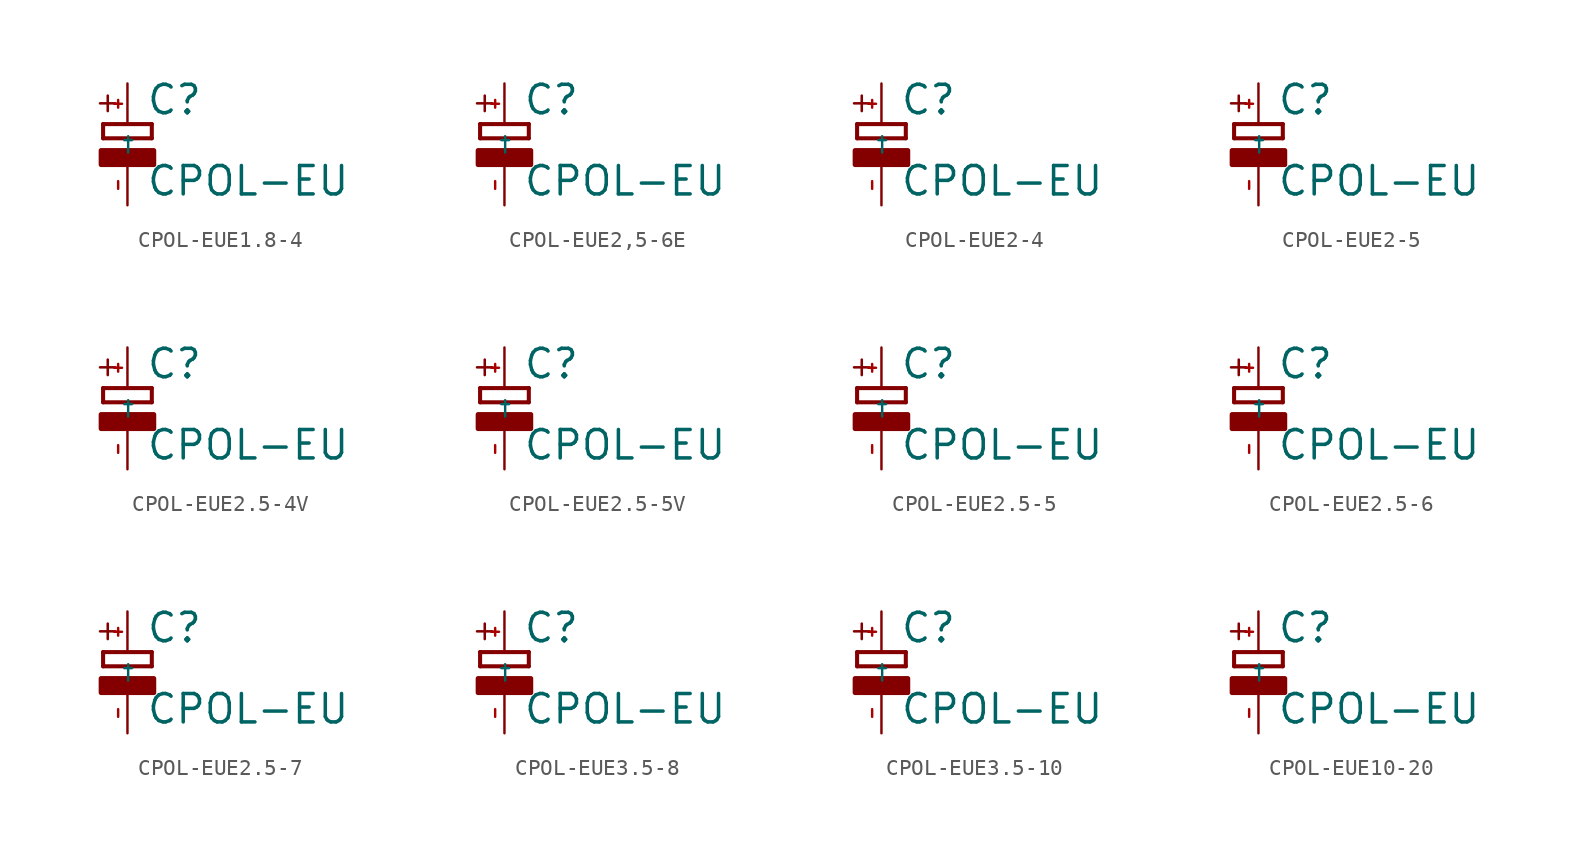
<source format=kicad_sym>
(kicad_symbol_lib
  (version 20220914)
  (generator Eagle2Kicad)
  (symbol "CPOL-EUE1.8-4"
    (property "Reference" "C"
      (at 1.143 0.483 0)
      (effects (font (size 1.778 1.778) (thickness 0.22)) (justify left bottom)))
    (property "Value" "CPOL-EU"
      (at 1.143 -4.597 0)
      (effects (font (size 1.778 1.778) (thickness 0.22)) (justify left bottom)))
    (polyline
      (pts (xy -1.524 -0.889) (xy 1.524 -0.889))
      (stroke (width 0.254) (type default))
      (fill (type none)))
    (polyline
      (pts (xy 1.524 -0.889) (xy 1.524 0))
      (stroke (width 0.254) (type default))
      (fill (type none)))
    (polyline
      (pts (xy -1.524 0) (xy -1.524 -0.889))
      (stroke (width 0.254) (type default))
      (fill (type none)))
    (polyline
      (pts (xy -1.524 0) (xy 1.524 0))
      (stroke (width 0.254) (type default))
      (fill (type none)))
    (text "+"
      (at -0.584 0.406 900)
      (effects (font (size 1.27 1.27) (thickness 0.16)) (justify left bottom)))
    (rectangle
      (start -1.651 -2.54)
      (end 1.651 -1.651)
      (stroke (width 0.3) (type default))
      (fill (type outline)))
    (pin passive line
      (at 0 -5.08 90)
      (length 2.54)
      (name "-" (effects (font (size 0.635 0.635) (thickness 0.08)) (justify left bottom)))
      (number "-" (effects (font (size 0.635 0.635) (thickness 0.08)) (justify left bottom))))
    (pin passive line
      (at 0 2.54 270)
      (length 2.54)
      (name "+" (effects (font (size 0.635 0.635) (thickness 0.08)) (justify left bottom)))
      (number "+" (effects (font (size 0.635 0.635) (thickness 0.08)) (justify left bottom)))))
  (symbol "CPOL-EUE2,5-6E"
    (property "Reference" "C"
      (at 1.143 0.483 0)
      (effects (font (size 1.778 1.778) (thickness 0.22)) (justify left bottom)))
    (property "Value" "CPOL-EU"
      (at 1.143 -4.597 0)
      (effects (font (size 1.778 1.778) (thickness 0.22)) (justify left bottom)))
    (polyline
      (pts (xy -1.524 -0.889) (xy 1.524 -0.889))
      (stroke (width 0.254) (type default))
      (fill (type none)))
    (polyline
      (pts (xy 1.524 -0.889) (xy 1.524 0))
      (stroke (width 0.254) (type default))
      (fill (type none)))
    (polyline
      (pts (xy -1.524 0) (xy -1.524 -0.889))
      (stroke (width 0.254) (type default))
      (fill (type none)))
    (polyline
      (pts (xy -1.524 0) (xy 1.524 0))
      (stroke (width 0.254) (type default))
      (fill (type none)))
    (text "+"
      (at -0.584 0.406 900)
      (effects (font (size 1.27 1.27) (thickness 0.16)) (justify left bottom)))
    (rectangle
      (start -1.651 -2.54)
      (end 1.651 -1.651)
      (stroke (width 0.3) (type default))
      (fill (type outline)))
    (pin passive line
      (at 0 -5.08 90)
      (length 2.54)
      (name "-" (effects (font (size 0.635 0.635) (thickness 0.08)) (justify left bottom)))
      (number "-" (effects (font (size 0.635 0.635) (thickness 0.08)) (justify left bottom))))
    (pin passive line
      (at 0 2.54 270)
      (length 2.54)
      (name "+" (effects (font (size 0.635 0.635) (thickness 0.08)) (justify left bottom)))
      (number "+" (effects (font (size 0.635 0.635) (thickness 0.08)) (justify left bottom)))))
  (symbol "CPOL-EUE2-4"
    (property "Reference" "C"
      (at 1.143 0.483 0)
      (effects (font (size 1.778 1.778) (thickness 0.22)) (justify left bottom)))
    (property "Value" "CPOL-EU"
      (at 1.143 -4.597 0)
      (effects (font (size 1.778 1.778) (thickness 0.22)) (justify left bottom)))
    (polyline
      (pts (xy -1.524 -0.889) (xy 1.524 -0.889))
      (stroke (width 0.254) (type default))
      (fill (type none)))
    (polyline
      (pts (xy 1.524 -0.889) (xy 1.524 0))
      (stroke (width 0.254) (type default))
      (fill (type none)))
    (polyline
      (pts (xy -1.524 0) (xy -1.524 -0.889))
      (stroke (width 0.254) (type default))
      (fill (type none)))
    (polyline
      (pts (xy -1.524 0) (xy 1.524 0))
      (stroke (width 0.254) (type default))
      (fill (type none)))
    (text "+"
      (at -0.584 0.406 900)
      (effects (font (size 1.27 1.27) (thickness 0.16)) (justify left bottom)))
    (rectangle
      (start -1.651 -2.54)
      (end 1.651 -1.651)
      (stroke (width 0.3) (type default))
      (fill (type outline)))
    (pin passive line
      (at 0 -5.08 90)
      (length 2.54)
      (name "-" (effects (font (size 0.635 0.635) (thickness 0.08)) (justify left bottom)))
      (number "-" (effects (font (size 0.635 0.635) (thickness 0.08)) (justify left bottom))))
    (pin passive line
      (at 0 2.54 270)
      (length 2.54)
      (name "+" (effects (font (size 0.635 0.635) (thickness 0.08)) (justify left bottom)))
      (number "+" (effects (font (size 0.635 0.635) (thickness 0.08)) (justify left bottom)))))
  (symbol "CPOL-EUE2-5"
    (property "Reference" "C"
      (at 1.143 0.483 0)
      (effects (font (size 1.778 1.778) (thickness 0.22)) (justify left bottom)))
    (property "Value" "CPOL-EU"
      (at 1.143 -4.597 0)
      (effects (font (size 1.778 1.778) (thickness 0.22)) (justify left bottom)))
    (polyline
      (pts (xy -1.524 -0.889) (xy 1.524 -0.889))
      (stroke (width 0.254) (type default))
      (fill (type none)))
    (polyline
      (pts (xy 1.524 -0.889) (xy 1.524 0))
      (stroke (width 0.254) (type default))
      (fill (type none)))
    (polyline
      (pts (xy -1.524 0) (xy -1.524 -0.889))
      (stroke (width 0.254) (type default))
      (fill (type none)))
    (polyline
      (pts (xy -1.524 0) (xy 1.524 0))
      (stroke (width 0.254) (type default))
      (fill (type none)))
    (text "+"
      (at -0.584 0.406 900)
      (effects (font (size 1.27 1.27) (thickness 0.16)) (justify left bottom)))
    (rectangle
      (start -1.651 -2.54)
      (end 1.651 -1.651)
      (stroke (width 0.3) (type default))
      (fill (type outline)))
    (pin passive line
      (at 0 -5.08 90)
      (length 2.54)
      (name "-" (effects (font (size 0.635 0.635) (thickness 0.08)) (justify left bottom)))
      (number "-" (effects (font (size 0.635 0.635) (thickness 0.08)) (justify left bottom))))
    (pin passive line
      (at 0 2.54 270)
      (length 2.54)
      (name "+" (effects (font (size 0.635 0.635) (thickness 0.08)) (justify left bottom)))
      (number "+" (effects (font (size 0.635 0.635) (thickness 0.08)) (justify left bottom)))))
  (symbol "CPOL-EUE2.5-4V"
    (property "Reference" "C"
      (at 1.143 0.483 0)
      (effects (font (size 1.778 1.778) (thickness 0.22)) (justify left bottom)))
    (property "Value" "CPOL-EU"
      (at 1.143 -4.597 0)
      (effects (font (size 1.778 1.778) (thickness 0.22)) (justify left bottom)))
    (polyline
      (pts (xy -1.524 -0.889) (xy 1.524 -0.889))
      (stroke (width 0.254) (type default))
      (fill (type none)))
    (polyline
      (pts (xy 1.524 -0.889) (xy 1.524 0))
      (stroke (width 0.254) (type default))
      (fill (type none)))
    (polyline
      (pts (xy -1.524 0) (xy -1.524 -0.889))
      (stroke (width 0.254) (type default))
      (fill (type none)))
    (polyline
      (pts (xy -1.524 0) (xy 1.524 0))
      (stroke (width 0.254) (type default))
      (fill (type none)))
    (text "+"
      (at -0.584 0.406 900)
      (effects (font (size 1.27 1.27) (thickness 0.16)) (justify left bottom)))
    (rectangle
      (start -1.651 -2.54)
      (end 1.651 -1.651)
      (stroke (width 0.3) (type default))
      (fill (type outline)))
    (pin passive line
      (at 0 -5.08 90)
      (length 2.54)
      (name "-" (effects (font (size 0.635 0.635) (thickness 0.08)) (justify left bottom)))
      (number "-" (effects (font (size 0.635 0.635) (thickness 0.08)) (justify left bottom))))
    (pin passive line
      (at 0 2.54 270)
      (length 2.54)
      (name "+" (effects (font (size 0.635 0.635) (thickness 0.08)) (justify left bottom)))
      (number "+" (effects (font (size 0.635 0.635) (thickness 0.08)) (justify left bottom)))))
  (symbol "CPOL-EUE2.5-5V"
    (property "Reference" "C"
      (at 1.143 0.483 0)
      (effects (font (size 1.778 1.778) (thickness 0.22)) (justify left bottom)))
    (property "Value" "CPOL-EU"
      (at 1.143 -4.597 0)
      (effects (font (size 1.778 1.778) (thickness 0.22)) (justify left bottom)))
    (polyline
      (pts (xy -1.524 -0.889) (xy 1.524 -0.889))
      (stroke (width 0.254) (type default))
      (fill (type none)))
    (polyline
      (pts (xy 1.524 -0.889) (xy 1.524 0))
      (stroke (width 0.254) (type default))
      (fill (type none)))
    (polyline
      (pts (xy -1.524 0) (xy -1.524 -0.889))
      (stroke (width 0.254) (type default))
      (fill (type none)))
    (polyline
      (pts (xy -1.524 0) (xy 1.524 0))
      (stroke (width 0.254) (type default))
      (fill (type none)))
    (text "+"
      (at -0.584 0.406 900)
      (effects (font (size 1.27 1.27) (thickness 0.16)) (justify left bottom)))
    (rectangle
      (start -1.651 -2.54)
      (end 1.651 -1.651)
      (stroke (width 0.3) (type default))
      (fill (type outline)))
    (pin passive line
      (at 0 -5.08 90)
      (length 2.54)
      (name "-" (effects (font (size 0.635 0.635) (thickness 0.08)) (justify left bottom)))
      (number "-" (effects (font (size 0.635 0.635) (thickness 0.08)) (justify left bottom))))
    (pin passive line
      (at 0 2.54 270)
      (length 2.54)
      (name "+" (effects (font (size 0.635 0.635) (thickness 0.08)) (justify left bottom)))
      (number "+" (effects (font (size 0.635 0.635) (thickness 0.08)) (justify left bottom)))))
  (symbol "CPOL-EUE2.5-5"
    (property "Reference" "C"
      (at 1.143 0.483 0)
      (effects (font (size 1.778 1.778) (thickness 0.22)) (justify left bottom)))
    (property "Value" "CPOL-EU"
      (at 1.143 -4.597 0)
      (effects (font (size 1.778 1.778) (thickness 0.22)) (justify left bottom)))
    (polyline
      (pts (xy -1.524 -0.889) (xy 1.524 -0.889))
      (stroke (width 0.254) (type default))
      (fill (type none)))
    (polyline
      (pts (xy 1.524 -0.889) (xy 1.524 0))
      (stroke (width 0.254) (type default))
      (fill (type none)))
    (polyline
      (pts (xy -1.524 0) (xy -1.524 -0.889))
      (stroke (width 0.254) (type default))
      (fill (type none)))
    (polyline
      (pts (xy -1.524 0) (xy 1.524 0))
      (stroke (width 0.254) (type default))
      (fill (type none)))
    (text "+"
      (at -0.584 0.406 900)
      (effects (font (size 1.27 1.27) (thickness 0.16)) (justify left bottom)))
    (rectangle
      (start -1.651 -2.54)
      (end 1.651 -1.651)
      (stroke (width 0.3) (type default))
      (fill (type outline)))
    (pin passive line
      (at 0 -5.08 90)
      (length 2.54)
      (name "-" (effects (font (size 0.635 0.635) (thickness 0.08)) (justify left bottom)))
      (number "-" (effects (font (size 0.635 0.635) (thickness 0.08)) (justify left bottom))))
    (pin passive line
      (at 0 2.54 270)
      (length 2.54)
      (name "+" (effects (font (size 0.635 0.635) (thickness 0.08)) (justify left bottom)))
      (number "+" (effects (font (size 0.635 0.635) (thickness 0.08)) (justify left bottom)))))
  (symbol "CPOL-EUE2.5-6"
    (property "Reference" "C"
      (at 1.143 0.483 0)
      (effects (font (size 1.778 1.778) (thickness 0.22)) (justify left bottom)))
    (property "Value" "CPOL-EU"
      (at 1.143 -4.597 0)
      (effects (font (size 1.778 1.778) (thickness 0.22)) (justify left bottom)))
    (polyline
      (pts (xy -1.524 -0.889) (xy 1.524 -0.889))
      (stroke (width 0.254) (type default))
      (fill (type none)))
    (polyline
      (pts (xy 1.524 -0.889) (xy 1.524 0))
      (stroke (width 0.254) (type default))
      (fill (type none)))
    (polyline
      (pts (xy -1.524 0) (xy -1.524 -0.889))
      (stroke (width 0.254) (type default))
      (fill (type none)))
    (polyline
      (pts (xy -1.524 0) (xy 1.524 0))
      (stroke (width 0.254) (type default))
      (fill (type none)))
    (text "+"
      (at -0.584 0.406 900)
      (effects (font (size 1.27 1.27) (thickness 0.16)) (justify left bottom)))
    (rectangle
      (start -1.651 -2.54)
      (end 1.651 -1.651)
      (stroke (width 0.3) (type default))
      (fill (type outline)))
    (pin passive line
      (at 0 -5.08 90)
      (length 2.54)
      (name "-" (effects (font (size 0.635 0.635) (thickness 0.08)) (justify left bottom)))
      (number "-" (effects (font (size 0.635 0.635) (thickness 0.08)) (justify left bottom))))
    (pin passive line
      (at 0 2.54 270)
      (length 2.54)
      (name "+" (effects (font (size 0.635 0.635) (thickness 0.08)) (justify left bottom)))
      (number "+" (effects (font (size 0.635 0.635) (thickness 0.08)) (justify left bottom)))))
  (symbol "CPOL-EUE2.5-7"
    (property "Reference" "C"
      (at 1.143 0.483 0)
      (effects (font (size 1.778 1.778) (thickness 0.22)) (justify left bottom)))
    (property "Value" "CPOL-EU"
      (at 1.143 -4.597 0)
      (effects (font (size 1.778 1.778) (thickness 0.22)) (justify left bottom)))
    (polyline
      (pts (xy -1.524 -0.889) (xy 1.524 -0.889))
      (stroke (width 0.254) (type default))
      (fill (type none)))
    (polyline
      (pts (xy 1.524 -0.889) (xy 1.524 0))
      (stroke (width 0.254) (type default))
      (fill (type none)))
    (polyline
      (pts (xy -1.524 0) (xy -1.524 -0.889))
      (stroke (width 0.254) (type default))
      (fill (type none)))
    (polyline
      (pts (xy -1.524 0) (xy 1.524 0))
      (stroke (width 0.254) (type default))
      (fill (type none)))
    (text "+"
      (at -0.584 0.406 900)
      (effects (font (size 1.27 1.27) (thickness 0.16)) (justify left bottom)))
    (rectangle
      (start -1.651 -2.54)
      (end 1.651 -1.651)
      (stroke (width 0.3) (type default))
      (fill (type outline)))
    (pin passive line
      (at 0 -5.08 90)
      (length 2.54)
      (name "-" (effects (font (size 0.635 0.635) (thickness 0.08)) (justify left bottom)))
      (number "-" (effects (font (size 0.635 0.635) (thickness 0.08)) (justify left bottom))))
    (pin passive line
      (at 0 2.54 270)
      (length 2.54)
      (name "+" (effects (font (size 0.635 0.635) (thickness 0.08)) (justify left bottom)))
      (number "+" (effects (font (size 0.635 0.635) (thickness 0.08)) (justify left bottom)))))
  (symbol "CPOL-EUE3.5-8"
    (property "Reference" "C"
      (at 1.143 0.483 0)
      (effects (font (size 1.778 1.778) (thickness 0.22)) (justify left bottom)))
    (property "Value" "CPOL-EU"
      (at 1.143 -4.597 0)
      (effects (font (size 1.778 1.778) (thickness 0.22)) (justify left bottom)))
    (polyline
      (pts (xy -1.524 -0.889) (xy 1.524 -0.889))
      (stroke (width 0.254) (type default))
      (fill (type none)))
    (polyline
      (pts (xy 1.524 -0.889) (xy 1.524 0))
      (stroke (width 0.254) (type default))
      (fill (type none)))
    (polyline
      (pts (xy -1.524 0) (xy -1.524 -0.889))
      (stroke (width 0.254) (type default))
      (fill (type none)))
    (polyline
      (pts (xy -1.524 0) (xy 1.524 0))
      (stroke (width 0.254) (type default))
      (fill (type none)))
    (text "+"
      (at -0.584 0.406 900)
      (effects (font (size 1.27 1.27) (thickness 0.16)) (justify left bottom)))
    (rectangle
      (start -1.651 -2.54)
      (end 1.651 -1.651)
      (stroke (width 0.3) (type default))
      (fill (type outline)))
    (pin passive line
      (at 0 -5.08 90)
      (length 2.54)
      (name "-" (effects (font (size 0.635 0.635) (thickness 0.08)) (justify left bottom)))
      (number "-" (effects (font (size 0.635 0.635) (thickness 0.08)) (justify left bottom))))
    (pin passive line
      (at 0 2.54 270)
      (length 2.54)
      (name "+" (effects (font (size 0.635 0.635) (thickness 0.08)) (justify left bottom)))
      (number "+" (effects (font (size 0.635 0.635) (thickness 0.08)) (justify left bottom)))))
  (symbol "CPOL-EUE3.5-10"
    (property "Reference" "C"
      (at 1.143 0.483 0)
      (effects (font (size 1.778 1.778) (thickness 0.22)) (justify left bottom)))
    (property "Value" "CPOL-EU"
      (at 1.143 -4.597 0)
      (effects (font (size 1.778 1.778) (thickness 0.22)) (justify left bottom)))
    (polyline
      (pts (xy -1.524 -0.889) (xy 1.524 -0.889))
      (stroke (width 0.254) (type default))
      (fill (type none)))
    (polyline
      (pts (xy 1.524 -0.889) (xy 1.524 0))
      (stroke (width 0.254) (type default))
      (fill (type none)))
    (polyline
      (pts (xy -1.524 0) (xy -1.524 -0.889))
      (stroke (width 0.254) (type default))
      (fill (type none)))
    (polyline
      (pts (xy -1.524 0) (xy 1.524 0))
      (stroke (width 0.254) (type default))
      (fill (type none)))
    (text "+"
      (at -0.584 0.406 900)
      (effects (font (size 1.27 1.27) (thickness 0.16)) (justify left bottom)))
    (rectangle
      (start -1.651 -2.54)
      (end 1.651 -1.651)
      (stroke (width 0.3) (type default))
      (fill (type outline)))
    (pin passive line
      (at 0 -5.08 90)
      (length 2.54)
      (name "-" (effects (font (size 0.635 0.635) (thickness 0.08)) (justify left bottom)))
      (number "-" (effects (font (size 0.635 0.635) (thickness 0.08)) (justify left bottom))))
    (pin passive line
      (at 0 2.54 270)
      (length 2.54)
      (name "+" (effects (font (size 0.635 0.635) (thickness 0.08)) (justify left bottom)))
      (number "+" (effects (font (size 0.635 0.635) (thickness 0.08)) (justify left bottom)))))
  (symbol "CPOL-EUE10-20"
    (property "Reference" "C"
      (at 1.143 0.483 0)
      (effects (font (size 1.778 1.778) (thickness 0.22)) (justify left bottom)))
    (property "Value" "CPOL-EU"
      (at 1.143 -4.597 0)
      (effects (font (size 1.778 1.778) (thickness 0.22)) (justify left bottom)))
    (polyline
      (pts (xy -1.524 -0.889) (xy 1.524 -0.889))
      (stroke (width 0.254) (type default))
      (fill (type none)))
    (polyline
      (pts (xy 1.524 -0.889) (xy 1.524 0))
      (stroke (width 0.254) (type default))
      (fill (type none)))
    (polyline
      (pts (xy -1.524 0) (xy -1.524 -0.889))
      (stroke (width 0.254) (type default))
      (fill (type none)))
    (polyline
      (pts (xy -1.524 0) (xy 1.524 0))
      (stroke (width 0.254) (type default))
      (fill (type none)))
    (text "+"
      (at -0.584 0.406 900)
      (effects (font (size 1.27 1.27) (thickness 0.16)) (justify left bottom)))
    (rectangle
      (start -1.651 -2.54)
      (end 1.651 -1.651)
      (stroke (width 0.3) (type default))
      (fill (type outline)))
    (pin passive line
      (at 0 -5.08 90)
      (length 2.54)
      (name "-" (effects (font (size 0.635 0.635) (thickness 0.08)) (justify left bottom)))
      (number "-" (effects (font (size 0.635 0.635) (thickness 0.08)) (justify left bottom))))
    (pin passive line
      (at 0 2.54 270)
      (length 2.54)
      (name "+" (effects (font (size 0.635 0.635) (thickness 0.08)) (justify left bottom)))
      (number "+" (effects (font (size 0.635 0.635) (thickness 0.08)) (justify left bottom))))))
</source>
